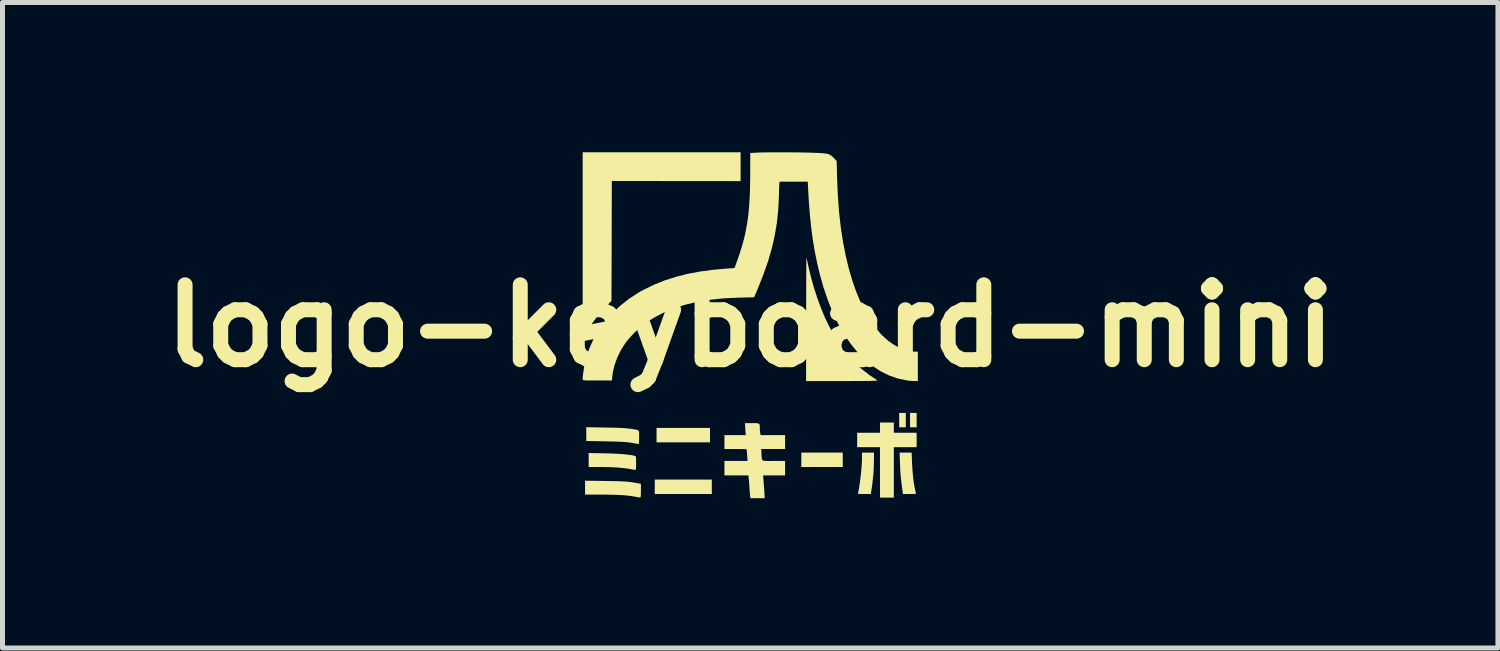
<source format=kicad_pcb>
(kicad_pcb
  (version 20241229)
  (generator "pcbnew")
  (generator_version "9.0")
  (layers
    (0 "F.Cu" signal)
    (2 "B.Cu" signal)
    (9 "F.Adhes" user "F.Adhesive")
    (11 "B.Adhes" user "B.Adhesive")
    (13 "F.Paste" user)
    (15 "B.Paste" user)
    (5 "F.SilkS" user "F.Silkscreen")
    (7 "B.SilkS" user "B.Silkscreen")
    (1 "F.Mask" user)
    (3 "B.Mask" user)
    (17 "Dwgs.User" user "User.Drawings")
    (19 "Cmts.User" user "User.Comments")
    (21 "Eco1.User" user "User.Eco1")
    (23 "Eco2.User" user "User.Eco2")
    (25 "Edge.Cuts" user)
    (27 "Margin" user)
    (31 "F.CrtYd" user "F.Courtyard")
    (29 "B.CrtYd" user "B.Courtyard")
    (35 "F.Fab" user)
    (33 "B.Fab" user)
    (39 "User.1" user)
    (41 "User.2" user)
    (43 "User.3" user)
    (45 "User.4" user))
  (footprint "logo-keyboard-mini"
    (layer "F.Cu")
    (at 11.979 3.477)
    (property "Reference" "logo-keyboard-mini" (at 0 0 0) (layer "F.SilkS") (effects (font (size 1.5 1.5) (thickness 0.3))))
    (attr board_only exclude_from_pos_files exclude_from_bom)
    (fp_poly (pts (xy -0.806 2.19) (xy -0.806 2.334) (xy -1.342 2.334) (xy -1.877 2.334) (xy -1.877 2.19) (xy -1.877 2.045) (xy -1.342 2.045) (xy -0.806 2.045)) (stroke (width 0) (type solid)) (fill yes) (layer "F.SilkS"))
    (fp_poly (pts (xy -0.77 3.225) (xy -0.77 3.369) (xy -1.342 3.369) (xy -1.913 3.369) (xy -1.913 3.225) (xy -1.913 3.08) (xy -1.342 3.08) (xy -0.77 3.08)) (stroke (width 0) (type solid)) (fill yes) (layer "F.SilkS"))
    (fp_poly (pts (xy 1.853 2.683) (xy 1.853 2.828) (xy 1.438 2.828) (xy 1.023 2.828) (xy 1.023 2.683) (xy 1.023 2.539) (xy 1.438 2.539) (xy 1.853 2.539)) (stroke (width 0) (type solid)) (fill yes) (layer "F.SilkS"))
    (fp_poly (pts (xy 3.116 1.889) (xy 3.116 2.033) (xy 3.05 2.033) (xy 2.984 2.033) (xy 2.984 1.889) (xy 2.984 1.745) (xy 3.05 1.745) (xy 3.116 1.745)) (stroke (width 0) (type solid)) (fill yes) (layer "F.SilkS"))
    (fp_poly (pts (xy 3.333 1.889) (xy 3.333 2.033) (xy 3.267 2.033) (xy 3.201 2.033) (xy 3.201 1.889) (xy 3.201 1.745) (xy 3.267 1.745) (xy 3.333 1.745)) (stroke (width 0) (type solid)) (fill yes) (layer "F.SilkS"))
    (fp_poly (pts (xy -0.193 -3.188) (xy -0.193 -2.899) (xy -1.483 -2.9) (xy -2.773 -2.902) (xy -2.776 -1.702) (xy -2.78 -0.501) (xy -2.891 -0.386) (xy -3.025 -0.237) (xy -3.142 -0.085) (xy -3.246 0.079) (xy -3.299 0.174) (xy -3.357 0.283) (xy -3.357 -1.597) (xy -3.357 -3.477) (xy -1.775 -3.477) (xy -0.193 -3.477)) (stroke (width 0) (type solid)) (fill yes) (layer "F.SilkS"))
    (fp_poly (pts (xy 2.478 2.698) (xy 2.47 2.933) (xy 2.446 3.169) (xy 2.435 3.24) (xy 2.416 3.369) (xy 2.284 3.369) (xy 2.226 3.369) (xy 2.189 3.367) (xy 2.167 3.364) (xy 2.158 3.359) (xy 2.158 3.35) (xy 2.159 3.348) (xy 2.17 3.303) (xy 2.181 3.239) (xy 2.193 3.16) (xy 2.205 3.072) (xy 2.216 2.979) (xy 2.225 2.885) (xy 2.232 2.797) (xy 2.237 2.718) (xy 2.238 2.658) (xy 2.238 2.539) (xy 2.358 2.539) (xy 2.479 2.539)) (stroke (width 0) (type solid)) (fill yes) (layer "F.SilkS"))
    (fp_poly (pts (xy 2.876 2.039) (xy 2.876 2.142) (xy 3.104 2.142) (xy 3.333 2.142) (xy 3.333 2.286) (xy 3.333 2.431) (xy 3.104 2.431) (xy 2.876 2.431) (xy 2.876 2.936) (xy 2.876 3.441) (xy 2.737 3.441) (xy 2.599 3.441) (xy 2.599 2.936) (xy 2.599 2.431) (xy 2.37 2.431) (xy 2.142 2.431) (xy 2.142 2.286) (xy 2.142 2.142) (xy 2.37 2.142) (xy 2.599 2.142) (xy 2.599 2.039) (xy 2.599 1.937) (xy 2.737 1.937) (xy 2.876 1.937)) (stroke (width 0) (type solid)) (fill yes) (layer "F.SilkS"))
    (fp_poly (pts (xy 3.241 2.736) (xy 3.247 2.852) (xy 3.256 2.968) (xy 3.268 3.077) (xy 3.281 3.174) (xy 3.296 3.255) (xy 3.303 3.287) (xy 3.313 3.324) (xy 3.319 3.352) (xy 3.321 3.362) (xy 3.31 3.365) (xy 3.279 3.367) (xy 3.235 3.369) (xy 3.19 3.369) (xy 3.059 3.369) (xy 3.051 3.312) (xy 3.036 3.202) (xy 3.025 3.111) (xy 3.016 3.03) (xy 3.009 2.955) (xy 3.005 2.879) (xy 3.001 2.797) (xy 3 2.764) (xy 2.992 2.539) (xy 3.113 2.539) (xy 3.233 2.539)) (stroke (width 0) (type solid)) (fill yes) (layer "F.SilkS"))
    (fp_poly (pts (xy -2.909 2.554) (xy -2.77 2.558) (xy -2.644 2.564) (xy -2.533 2.572) (xy -2.439 2.582) (xy -2.363 2.593) (xy -2.31 2.605) (xy -2.307 2.606) (xy -2.298 2.611) (xy -2.292 2.624) (xy -2.288 2.648) (xy -2.287 2.687) (xy -2.286 2.745) (xy -2.286 2.75) (xy -2.287 2.813) (xy -2.289 2.855) (xy -2.294 2.879) (xy -2.3 2.886) (xy -2.301 2.886) (xy -2.32 2.884) (xy -2.355 2.878) (xy -2.399 2.87) (xy -2.402 2.869) (xy -2.527 2.851) (xy -2.666 2.838) (xy -2.823 2.83) (xy -2.992 2.828) (xy -3.237 2.828) (xy -3.237 2.688) (xy -3.237 2.548)) (stroke (width 0) (type solid)) (fill yes) (layer "F.SilkS"))
    (fp_poly (pts (xy -2.897 3.108) (xy -2.772 3.11) (xy -2.668 3.112) (xy -2.581 3.115) (xy -2.507 3.119) (xy -2.444 3.124) (xy -2.387 3.131) (xy -2.333 3.139) (xy -2.279 3.148) (xy -2.253 3.153) (xy -2.19 3.166) (xy -2.19 3.304) (xy -2.191 3.367) (xy -2.193 3.409) (xy -2.197 3.432) (xy -2.204 3.44) (xy -2.205 3.44) (xy -2.224 3.437) (xy -2.259 3.431) (xy -2.302 3.423) (xy -2.304 3.423) (xy -2.391 3.409) (xy -2.486 3.398) (xy -2.591 3.39) (xy -2.709 3.385) (xy -2.846 3.382) (xy -2.98 3.381) (xy -3.309 3.381) (xy -3.309 3.241) (xy -3.309 3.102)) (stroke (width 0) (type solid)) (fill yes) (layer "F.SilkS"))
    (fp_poly (pts (xy -2.903 2.037) (xy -2.762 2.04) (xy -2.643 2.043) (xy -2.545 2.048) (xy -2.468 2.054) (xy -2.408 2.061) (xy -2.4 2.062) (xy -2.333 2.072) (xy -2.285 2.08) (xy -2.254 2.09) (xy -2.236 2.103) (xy -2.228 2.125) (xy -2.225 2.158) (xy -2.226 2.205) (xy -2.226 2.232) (xy -2.227 2.286) (xy -2.229 2.33) (xy -2.232 2.359) (xy -2.235 2.369) (xy -2.25 2.366) (xy -2.283 2.36) (xy -2.33 2.352) (xy -2.376 2.344) (xy -2.423 2.337) (xy -2.474 2.331) (xy -2.534 2.326) (xy -2.605 2.322) (xy -2.69 2.319) (xy -2.794 2.316) (xy -2.897 2.314) (xy -3.285 2.307) (xy -3.285 2.169) (xy -3.285 2.031)) (stroke (width 0) (type solid)) (fill yes) (layer "F.SilkS"))
    (fp_poly (pts (xy 1.13 -1.35) (xy 1.138 -1.316) (xy 1.149 -1.267) (xy 1.162 -1.208) (xy 1.167 -1.182) (xy 1.218 -0.971) (xy 1.277 -0.759) (xy 1.345 -0.552) (xy 1.418 -0.354) (xy 1.495 -0.168) (xy 1.576 0.000301) (xy 1.621 0.084) (xy 1.678 0.186) (xy 1.684 0.355) (xy 1.691 0.523) (xy 1.8 0.529) (xy 1.909 0.535) (xy 1.969 0.608) (xy 2.09 0.738) (xy 2.231 0.865) (xy 2.39 0.988) (xy 2.546 1.091) (xy 2.546 1.094) (xy 2.535 1.097) (xy 2.51 1.099) (xy 2.472 1.101) (xy 2.418 1.103) (xy 2.347 1.104) (xy 2.258 1.105) (xy 2.149 1.105) (xy 2.019 1.106) (xy 1.867 1.106) (xy 1.844 1.106) (xy 1.119 1.107) (xy 1.12 -0.135) (xy 1.12 -0.306) (xy 1.12 -0.469) (xy 1.121 -0.624) (xy 1.121 -0.768) (xy 1.122 -0.9) (xy 1.122 -1.019) (xy 1.123 -1.124) (xy 1.123 -1.211) (xy 1.124 -1.281) (xy 1.124 -1.33) (xy 1.125 -1.359) (xy 1.126 -1.366)) (stroke (width 0) (type solid)) (fill yes) (layer "F.SilkS"))
    (fp_poly (pts (xy 0.099 1.949) (xy 0.143 1.952) (xy 0.17 1.959) (xy 0.185 1.974) (xy 0.191 2) (xy 0.192 2.038) (xy 0.192 2.059) (xy 0.194 2.103) (xy 0.198 2.143) (xy 0.2 2.152) (xy 0.208 2.19) (xy 0.453 2.19) (xy 0.698 2.19) (xy 0.698 2.328) (xy 0.698 2.467) (xy 0.459 2.467) (xy 0.22 2.467) (xy 0.225 2.56) (xy 0.227 2.61) (xy 0.229 2.648) (xy 0.235 2.674) (xy 0.247 2.692) (xy 0.269 2.702) (xy 0.303 2.706) (xy 0.354 2.708) (xy 0.424 2.707) (xy 0.469 2.707) (xy 0.698 2.707) (xy 0.698 2.852) (xy 0.698 2.996) (xy 0.478 2.996) (xy 0.258 2.996) (xy 0.273 3.192) (xy 0.278 3.26) (xy 0.282 3.323) (xy 0.285 3.374) (xy 0.288 3.409) (xy 0.288 3.42) (xy 0.289 3.453) (xy 0.146 3.453) (xy 0.002 3.453) (xy -0.004 3.396) (xy -0.008 3.359) (xy -0.012 3.306) (xy -0.016 3.247) (xy -0.018 3.213) (xy -0.022 3.154) (xy -0.026 3.1) (xy -0.03 3.058) (xy -0.032 3.041) (xy -0.038 2.996) (xy -0.278 2.996) (xy -0.517 2.996) (xy -0.517 2.852) (xy -0.517 2.707) (xy -0.286 2.707) (xy -0.054 2.707) (xy -0.062 2.596) (xy -0.066 2.546) (xy -0.069 2.506) (xy -0.071 2.481) (xy -0.071 2.476) (xy -0.083 2.473) (xy -0.115 2.47) (xy -0.164 2.468) (xy -0.225 2.467) (xy -0.295 2.467) (xy -0.517 2.467) (xy -0.517 2.328) (xy -0.517 2.19) (xy -0.302 2.19) (xy -0.088 2.19) (xy -0.091 2.163) (xy -0.094 2.138) (xy -0.097 2.097) (xy -0.1 2.049) (xy -0.101 2.042) (xy -0.106 1.949) (xy 0.036 1.949)) (stroke (width 0) (type solid)) (fill yes) (layer "F.SilkS"))
    (fp_poly (pts (xy 0.705 -3.476) (xy 0.828 -3.475) (xy 0.949 -3.474) (xy 1.064 -3.472) (xy 1.17 -3.47) (xy 1.262 -3.467) (xy 1.293 -3.466) (xy 1.386 -3.462) (xy 1.458 -3.457) (xy 1.514 -3.451) (xy 1.557 -3.442) (xy 1.591 -3.429) (xy 1.619 -3.412) (xy 1.647 -3.389) (xy 1.675 -3.361) (xy 1.731 -3.303) (xy 1.738 -3.032) (xy 1.741 -2.938) (xy 1.745 -2.838) (xy 1.749 -2.738) (xy 1.753 -2.647) (xy 1.757 -2.573) (xy 1.758 -2.569) (xy 1.781 -2.26) (xy 1.815 -1.962) (xy 1.859 -1.677) (xy 1.912 -1.406) (xy 1.974 -1.148) (xy 2.045 -0.906) (xy 2.124 -0.68) (xy 2.211 -0.471) (xy 2.306 -0.279) (xy 2.408 -0.106) (xy 2.517 0.048) (xy 2.632 0.181) (xy 2.754 0.293) (xy 2.881 0.382) (xy 2.954 0.422) (xy 3.034 0.457) (xy 3.12 0.486) (xy 3.203 0.506) (xy 3.276 0.517) (xy 3.299 0.517) (xy 3.357 0.517) (xy 3.357 0.812) (xy 3.357 1.107) (xy 3.282 1.105) (xy 3.227 1.103) (xy 3.168 1.098) (xy 3.139 1.094) (xy 2.956 1.055) (xy 2.779 0.993) (xy 2.61 0.909) (xy 2.448 0.804) (xy 2.294 0.676) (xy 2.148 0.528) (xy 2.011 0.359) (xy 1.882 0.17) (xy 1.763 -0.038) (xy 1.654 -0.266) (xy 1.554 -0.513) (xy 1.465 -0.778) (xy 1.391 -1.042) (xy 1.339 -1.262) (xy 1.294 -1.483) (xy 1.256 -1.708) (xy 1.224 -1.942) (xy 1.198 -2.189) (xy 1.176 -2.452) (xy 1.16 -2.728) (xy 1.152 -2.888) (xy 0.871 -2.888) (xy 0.59 -2.888) (xy 0.584 -2.861) (xy 0.583 -2.841) (xy 0.58 -2.801) (xy 0.578 -2.745) (xy 0.576 -2.677) (xy 0.574 -2.601) (xy 0.573 -2.575) (xy 0.56 -2.314) (xy 0.533 -2.061) (xy 0.491 -1.81) (xy 0.434 -1.559) (xy 0.36 -1.303) (xy 0.268 -1.04) (xy 0.171 -0.794) (xy 0.078 -0.572) (xy -0.247 -0.564) (xy -0.538 -0.55) (xy -0.811 -0.522) (xy -1.065 -0.48) (xy -1.303 -0.423) (xy -1.525 -0.352) (xy -1.732 -0.266) (xy -1.926 -0.165) (xy -2.038 -0.095) (xy -2.134 -0.026) (xy -2.233 0.056) (xy -2.329 0.147) (xy -2.416 0.239) (xy -2.489 0.328) (xy -2.502 0.346) (xy -2.588 0.481) (xy -2.659 0.624) (xy -2.713 0.77) (xy -2.75 0.914) (xy -2.763 1.007) (xy -2.771 1.095) (xy -3.064 1.095) (xy -3.155 1.095) (xy -3.225 1.095) (xy -3.277 1.094) (xy -3.313 1.092) (xy -3.336 1.089) (xy -3.349 1.086) (xy -3.355 1.08) (xy -3.357 1.073) (xy -3.357 1.07) (xy -3.354 1.019) (xy -3.347 0.952) (xy -3.336 0.875) (xy -3.322 0.796) (xy -3.307 0.721) (xy -3.297 0.68) (xy -3.234 0.479) (xy -3.149 0.285) (xy -3.043 0.099) (xy -2.916 -0.079) (xy -2.771 -0.246) (xy -2.607 -0.4) (xy -2.428 -0.542) (xy -2.233 -0.669) (xy -2.129 -0.726) (xy -1.927 -0.824) (xy -1.716 -0.909) (xy -1.494 -0.98) (xy -1.259 -1.04) (xy -1.009 -1.087) (xy -0.741 -1.123) (xy -0.455 -1.148) (xy -0.431 -1.15) (xy -0.315 -1.157) (xy -0.266 -1.292) (xy -0.211 -1.451) (xy -0.163 -1.604) (xy -0.122 -1.754) (xy -0.089 -1.905) (xy -0.061 -2.059) (xy -0.039 -2.219) (xy -0.023 -2.39) (xy -0.011 -2.573) (xy -0.004 -2.772) (xy -0.001 -2.991) (xy -0.000175 -3.093) (xy 0 -3.462) (xy 0.128 -3.469) (xy 0.186 -3.472) (xy 0.264 -3.474) (xy 0.359 -3.475) (xy 0.466 -3.476) (xy 0.583 -3.476)) (stroke (width 0) (type solid)) (fill yes) (layer "F.SilkS")))
  (gr_rect
    (start -3 -3)
    (end 26.957 9.931)
    (stroke (width 0.1) (type default))
    (fill no)
    (layer "Edge.Cuts")))
</source>
